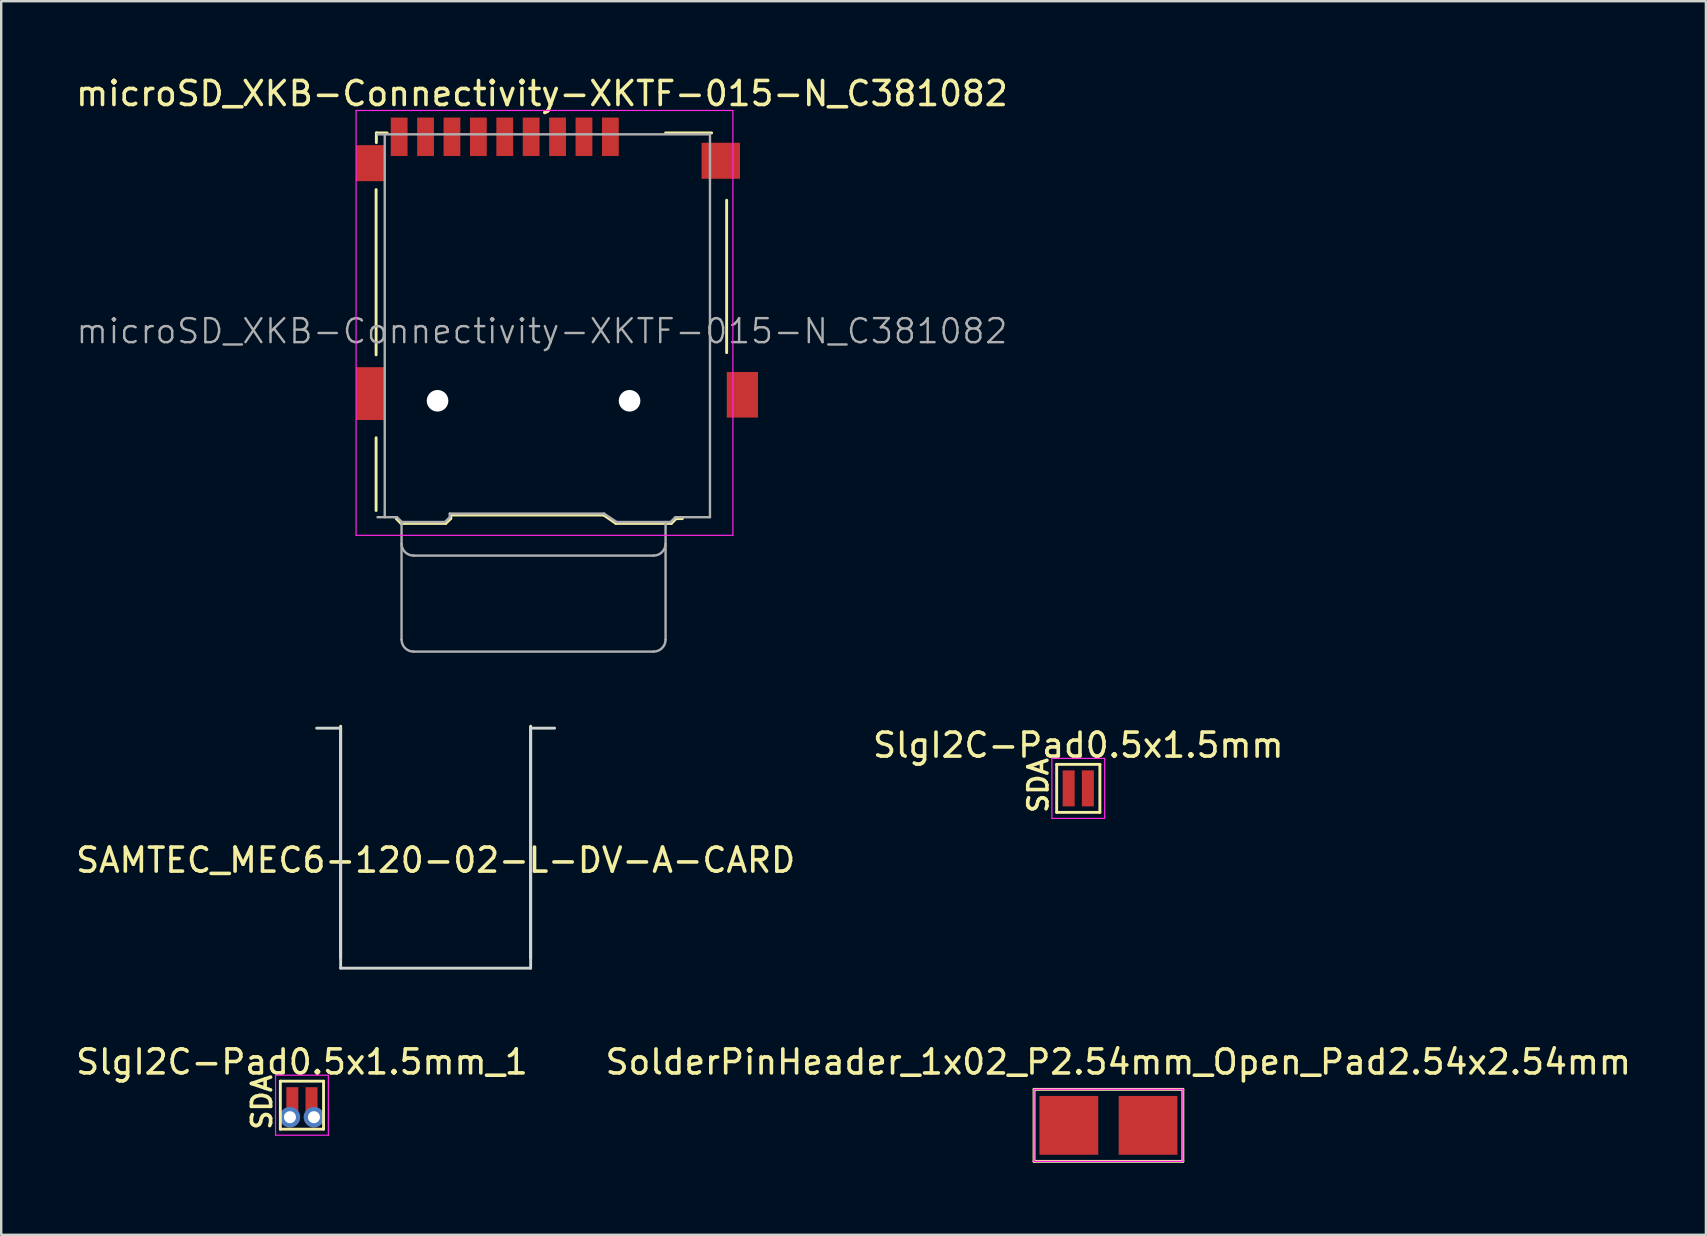
<source format=kicad_pcb>
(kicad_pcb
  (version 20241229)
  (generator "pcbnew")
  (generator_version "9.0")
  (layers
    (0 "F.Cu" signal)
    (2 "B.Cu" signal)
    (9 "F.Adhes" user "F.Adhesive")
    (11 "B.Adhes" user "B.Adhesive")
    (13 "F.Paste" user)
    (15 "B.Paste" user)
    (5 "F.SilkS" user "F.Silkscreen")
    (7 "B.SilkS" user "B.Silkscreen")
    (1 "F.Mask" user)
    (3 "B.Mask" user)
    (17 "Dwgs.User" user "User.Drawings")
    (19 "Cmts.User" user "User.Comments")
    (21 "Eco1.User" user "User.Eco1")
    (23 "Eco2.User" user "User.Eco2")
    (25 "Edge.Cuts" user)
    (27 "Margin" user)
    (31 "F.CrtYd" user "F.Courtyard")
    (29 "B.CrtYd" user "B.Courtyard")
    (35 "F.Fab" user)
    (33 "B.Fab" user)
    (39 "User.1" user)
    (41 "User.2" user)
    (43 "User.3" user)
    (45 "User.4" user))
  (footprint "SAMTEC_MEC6-120-02-L-DV-A-CARD"
    (layer "F.Cu")
    (at 15.101 32.288)
    (property "Reference" "SAMTEC_MEC6-120-02-L-DV-A-CARD" (at 0 0.5 0) (layer "F.SilkS") (effects (font (size 1 1) (thickness 0.15))))
    (attr through_hole)
    (fp_line (start -3.958 -5.08) (end -3.958 4.572) (stroke (width 0.12) (type solid)) (layer "F.SilkS"))
    (fp_line (start 3.958 -5.08) (end 3.958 4.572) (stroke (width 0.12) (type solid)) (layer "F.SilkS"))
    (fp_line (start -4.957 -5) (end -3.958 -5) (stroke (width 0.12) (type solid)) (layer "Edge.Cuts"))
    (fp_line (start -3.958 5) (end -3.958 -5) (stroke (width 0.12) (type solid)) (layer "Edge.Cuts"))
    (fp_line (start 3.958 -5) (end 4.957 -5) (stroke (width 0.12) (type solid)) (layer "Edge.Cuts"))
    (fp_line (start 3.958 5) (end -3.958 5) (stroke (width 0.12) (type solid)) (layer "Edge.Cuts"))
    (fp_line (start 3.958 5) (end 3.958 -5) (stroke (width 0.12) (type solid)) (layer "Edge.Cuts")))
  (footprint "SlgI2C-Pad0.5x1.5mm"
    (layer "F.Cu")
    (at 41.875 29.797)
    (property "Reference" "SlgI2C-Pad0.5x1.5mm" (at 0 -1.8 0) (layer "F.SilkS") (effects (font (size 1 1) (thickness 0.15))))
    (attr exclude_from_pos_files exclude_from_bom)
    (fp_line (start -0.9 -1) (end 0.9 -1) (stroke (width 0.12) (type solid)) (layer "F.SilkS"))
    (fp_line (start -0.9 1) (end -0.9 -1) (stroke (width 0.12) (type solid)) (layer "F.SilkS"))
    (fp_line (start 0.9 -1) (end 0.9 1) (stroke (width 0.12) (type solid)) (layer "F.SilkS"))
    (fp_line (start 0.9 1) (end -0.9 1) (stroke (width 0.12) (type solid)) (layer "F.SilkS"))
    (fp_line (start -1.1 -1.25) (end -1.1 1.25) (stroke (width 0.05) (type solid)) (layer "F.CrtYd"))
    (fp_line (start -1.1 -1.25) (end 1.1 -1.25) (stroke (width 0.05) (type solid)) (layer "F.CrtYd"))
    (fp_line (start 1.1 1.25) (end -1.1 1.25) (stroke (width 0.05) (type solid)) (layer "F.CrtYd"))
    (fp_line (start 1.1 1.25) (end 1.1 -1.25) (stroke (width 0.05) (type solid)) (layer "F.CrtYd"))
    (fp_text user "SDA" (at -1.2 1.1 90) (unlocked yes) (layer "F.SilkS") (effects (font (size 0.8 0.8) (thickness 0.15)) (justify left bottom)))
    (pad "1" smd rect (at -0.4 0) (size 0.5 1.5) (layers "F.Cu" "F.Mask"))
    (pad "2" smd rect (at 0.4 0) (size 0.5 1.5) (layers "F.Cu" "F.Mask")))
  (footprint "microSD_XKB-Connectivity-XKTF-015-N_C381082"
    (layer "F.Cu")
    (at 19.605 10.373)
    (property "Reference" "microSD_XKB-Connectivity-XKTF-015-N_C381082" (at -0.075 -9.525 0) (layer "F.SilkS") (effects (font (size 1 1) (thickness 0.15))))
    (attr smd)
    (fp_line (start -6.985 -5.525) (end -6.985 1.362) (stroke (width 0.12) (type solid)) (layer "F.SilkS"))
    (fp_line (start -6.985 4.815) (end -6.985 7.847) (stroke (width 0.12) (type solid)) (layer "F.SilkS"))
    (fp_line (start -6.975 -7.885) (end -6.975 -7.48) (stroke (width 0.12) (type solid)) (layer "F.SilkS"))
    (fp_line (start -6.525 -7.885) (end -6.975 -7.885) (stroke (width 0.12) (type solid)) (layer "F.SilkS"))
    (fp_line (start -5.945 8.385) (end -6.145 8.185) (stroke (width 0.12) (type solid)) (layer "F.SilkS"))
    (fp_line (start -5.945 8.385) (end -4.085 8.385) (stroke (width 0.12) (type solid)) (layer "F.SilkS"))
    (fp_line (start -4.085 8.385) (end -3.875 8.185) (stroke (width 0.12) (type solid)) (layer "F.SilkS"))
    (fp_line (start -3.875 8.035) (end -3.875 8.185) (stroke (width 0.12) (type solid)) (layer "F.SilkS"))
    (fp_line (start -3.875 8.035) (end 2.495 8.035) (stroke (width 0.12) (type solid)) (layer "F.SilkS"))
    (fp_line (start 3.005 8.385) (end 2.495 8.035) (stroke (width 0.12) (type solid)) (layer "F.SilkS"))
    (fp_line (start 5.075 -7.885) (end 6.995 -7.885) (stroke (width 0.12) (type solid)) (layer "F.SilkS"))
    (fp_line (start 5.315 8.385) (end 3.005 8.385) (stroke (width 0.12) (type solid)) (layer "F.SilkS"))
    (fp_line (start 5.315 8.385) (end 5.515 8.185) (stroke (width 0.12) (type solid)) (layer "F.SilkS"))
    (fp_line (start 5.515 8.185) (end 5.775 8.185) (stroke (width 0.12) (type solid)) (layer "F.SilkS"))
    (fp_line (start 7.62 -5.08) (end 7.62 1.27) (stroke (width 0.12) (type solid)) (layer "F.SilkS"))
    (fp_line (start -7.82 -8.82) (end 7.88 -8.82) (stroke (width 0.05) (type solid)) (layer "F.CrtYd"))
    (fp_line (start -7.82 8.88) (end -7.82 -8.82) (stroke (width 0.05) (type solid)) (layer "F.CrtYd"))
    (fp_line (start 7.88 -8.82) (end 7.88 8.88) (stroke (width 0.05) (type solid)) (layer "F.CrtYd"))
    (fp_line (start 7.88 8.88) (end -7.82 8.88) (stroke (width 0.05) (type solid)) (layer "F.CrtYd"))
    (fp_line (start -6.625 8.125) (end -6.625 -7.825) (stroke (width 0.1) (type solid)) (layer "F.Fab"))
    (fp_line (start -6.115 8.125) (end -6.925 8.125) (stroke (width 0.1) (type solid)) (layer "F.Fab"))
    (fp_line (start -5.925 8.325) (end -5.925 13.225) (stroke (width 0.1) (type solid)) (layer "F.Fab"))
    (fp_line (start -5.915 8.325) (end -6.115 8.125) (stroke (width 0.1) (type solid)) (layer "F.Fab"))
    (fp_line (start -5.425 9.725) (end 4.575 9.725) (stroke (width 0.1) (type solid)) (layer "F.Fab"))
    (fp_line (start -5.425 13.725) (end 4.575 13.725) (stroke (width 0.1) (type solid)) (layer "F.Fab"))
    (fp_line (start -4.115 8.325) (end -5.915 8.325) (stroke (width 0.1) (type solid)) (layer "F.Fab"))
    (fp_line (start -3.915 8.125) (end -4.115 8.325) (stroke (width 0.1) (type solid)) (layer "F.Fab"))
    (fp_line (start -3.915 8.125) (end -3.915 7.975) (stroke (width 0.1) (type solid)) (layer "F.Fab"))
    (fp_line (start 2.51 7.975) (end -3.915 7.975) (stroke (width 0.1) (type solid)) (layer "F.Fab"))
    (fp_line (start 3.035 8.325) (end 2.51 7.975) (stroke (width 0.1) (type solid)) (layer "F.Fab"))
    (fp_line (start 5.075 13.225) (end 5.075 8.325) (stroke (width 0.1) (type solid)) (layer "F.Fab"))
    (fp_line (start 5.285 8.325) (end 3.035 8.325) (stroke (width 0.1) (type solid)) (layer "F.Fab"))
    (fp_line (start 5.285 8.325) (end 5.485 8.125) (stroke (width 0.1) (type solid)) (layer "F.Fab"))
    (fp_line (start 5.485 8.125) (end 6.925 8.125) (stroke (width 0.1) (type solid)) (layer "F.Fab"))
    (fp_line (start 6.925 -7.825) (end -6.925 -7.825) (stroke (width 0.1) (type solid)) (layer "F.Fab"))
    (fp_line (start 6.925 8.125) (end 6.925 -7.825) (stroke (width 0.1) (type solid)) (layer "F.Fab"))
    (fp_arc (start -5.425 9.725) (mid -5.778553 9.578553) (end -5.925 9.225) (stroke (width 0.1) (type solid)) (layer "F.Fab"))
    (fp_arc (start -5.425 13.725) (mid -5.778553 13.578553) (end -5.925 13.225) (stroke (width 0.1) (type solid)) (layer "F.Fab"))
    (fp_arc (start 5.075 9.225) (mid 4.928553 9.578553) (end 4.575 9.725) (stroke (width 0.1) (type solid)) (layer "F.Fab"))
    (fp_arc (start 5.075 13.225) (mid 4.928553 13.578553) (end 4.575 13.725) (stroke (width 0.1) (type solid)) (layer "F.Fab"))
    (fp_text user "${REFERENCE}" (at -0.075 0.375 0) (layer "F.Fab") (effects (font (size 1 1) (thickness 0.1))))
    (pad "" np_thru_hole circle (at -4.425 3.275) (size 0.9 0.9) (drill 0.9) (layers "*.Cu" "*.Mask"))
    (pad "" np_thru_hole circle (at 3.575 3.275) (size 0.9 0.9) (drill 0.9) (layers "*.Cu" "*.Mask"))
    (pad "1" smd rect (at 2.775 -7.725) (size 0.7 1.6) (layers "F.Cu" "F.Mask" "F.Paste"))
    (pad "2" smd rect (at 1.675 -7.725) (size 0.7 1.6) (layers "F.Cu" "F.Mask" "F.Paste"))
    (pad "3" smd rect (at 0.575 -7.725) (size 0.7 1.6) (layers "F.Cu" "F.Mask" "F.Paste"))
    (pad "4" smd rect (at -0.525 -7.725) (size 0.7 1.6) (layers "F.Cu" "F.Mask" "F.Paste"))
    (pad "5" smd rect (at -1.625 -7.725) (size 0.7 1.6) (layers "F.Cu" "F.Mask" "F.Paste"))
    (pad "6" smd rect (at -2.725 -7.725) (size 0.7 1.6) (layers "F.Cu" "F.Mask" "F.Paste"))
    (pad "7" smd rect (at -3.825 -7.725) (size 0.7 1.6) (layers "F.Cu" "F.Mask" "F.Paste"))
    (pad "8" smd rect (at -4.925 -7.725) (size 0.7 1.6) (layers "F.Cu" "F.Mask" "F.Paste"))
    (pad "9" smd rect (at -6.025 -7.725) (size 0.7 1.6) (layers "F.Cu" "F.Mask" "F.Paste"))
    (pad "10" smd rect (at -7.225 -6.625) (size 1.2 1.5) (layers "F.Cu" "F.Mask" "F.Paste"))
    (pad "10" smd rect (at -7.225 2.975) (size 1.2 2.2) (layers "F.Cu" "F.Mask" "F.Paste"))
    (pad "10" smd rect (at 7.375 -6.725) (size 1.6 1.5) (layers "F.Cu" "F.Mask" "F.Paste"))
    (pad "10" smd rect (at 8.275 3.025) (size 1.3 1.9) (layers "F.Cu" "F.Mask" "F.Paste")))
  (footprint "SlgI2C-Pad0.5x1.5mm_1"
    (layer "F.Cu")
    (at 9.53 42.996)
    (property "Reference" "SlgI2C-Pad0.5x1.5mm_1" (at 0 -1.8 0) (layer "F.SilkS") (effects (font (size 1 1) (thickness 0.15))))
    (attr exclude_from_pos_files exclude_from_bom)
    (fp_line (start -0.9 -1) (end 0.9 -1) (stroke (width 0.12) (type solid)) (layer "F.SilkS"))
    (fp_line (start -0.9 1) (end -0.9 -1) (stroke (width 0.12) (type solid)) (layer "F.SilkS"))
    (fp_line (start 0.9 -1) (end 0.9 1) (stroke (width 0.12) (type solid)) (layer "F.SilkS"))
    (fp_line (start 0.9 1) (end -0.9 1) (stroke (width 0.12) (type solid)) (layer "F.SilkS"))
    (fp_line (start -1.1 -1.25) (end -1.1 1.25) (stroke (width 0.05) (type solid)) (layer "F.CrtYd"))
    (fp_line (start -1.1 -1.25) (end 1.1 -1.25) (stroke (width 0.05) (type solid)) (layer "F.CrtYd"))
    (fp_line (start 1.1 1.25) (end -1.1 1.25) (stroke (width 0.05) (type solid)) (layer "F.CrtYd"))
    (fp_line (start 1.1 1.25) (end 1.1 -1.25) (stroke (width 0.05) (type solid)) (layer "F.CrtYd"))
    (fp_text user "SDA" (at -1.2 1.1 90) (unlocked yes) (layer "F.SilkS") (effects (font (size 0.8 0.8) (thickness 0.15)) (justify left bottom)))
    (pad "1" thru_hole oval (at -0.5 0.5) (size 0.85 0.85) (drill 0.5) (layers "*.Cu" "*.Mask"))
    (pad "1" smd rect (at -0.4 0) (size 0.5 1.5) (layers "F.Cu" "F.Mask"))
    (pad "2" smd rect (at 0.4 0) (size 0.5 1.5) (layers "F.Cu" "F.Mask"))
    (pad "2" thru_hole oval (at 0.5 0.5) (size 0.85 0.85) (drill 0.5) (layers "*.Cu" "*.Mask")))
  (footprint "SolderPinHeader_1x02_P2.54mm_Open_Pad2.54x2.54mm"
    (layer "F.Cu")
    (at 43.132 43.837)
    (property "Reference" "SolderPinHeader_1x02_P2.54mm_Open_Pad2.54x2.54mm" (at 0.41 -2.64 0) (layer "F.SilkS") (effects (font (size 1 1) (thickness 0.15))))
    (attr exclude_from_pos_files exclude_from_bom)
    (fp_line (start -3.1 -1.5) (end 3.1 -1.5) (stroke (width 0.12) (type solid)) (layer "F.SilkS"))
    (fp_line (start -3.1 1.5) (end -3.1 -1.5) (stroke (width 0.12) (type solid)) (layer "F.SilkS"))
    (fp_line (start -3.1 1.5) (end 3.1 1.5) (stroke (width 0.12) (type solid)) (layer "F.SilkS"))
    (fp_line (start 3.1 -1.5) (end 3.1 1.5) (stroke (width 0.12) (type solid)) (layer "F.SilkS"))
    (fp_line (start -3.1 -1.5) (end -3.1 1.5) (stroke (width 0.05) (type solid)) (layer "F.CrtYd"))
    (fp_line (start -3.1 -1.5) (end 3.1 -1.5) (stroke (width 0.05) (type solid)) (layer "F.CrtYd"))
    (fp_line (start 3.1 1.5) (end -3.1 1.5) (stroke (width 0.05) (type solid)) (layer "F.CrtYd"))
    (fp_line (start 3.1 1.5) (end 3.1 -1.5) (stroke (width 0.05) (type solid)) (layer "F.CrtYd"))
    (pad "1" smd rect (at -1.65 0) (size 2.45 2.45) (layers "F.Cu" "F.Mask"))
    (pad "2" smd rect (at 1.65 0) (size 2.45 2.45) (layers "F.Cu" "F.Mask")))
  (gr_rect
    (start -3 -3)
    (end 68.024 48.397)
    (stroke (width 0.1) (type default))
    (fill no)
    (layer "Edge.Cuts")))
</source>
